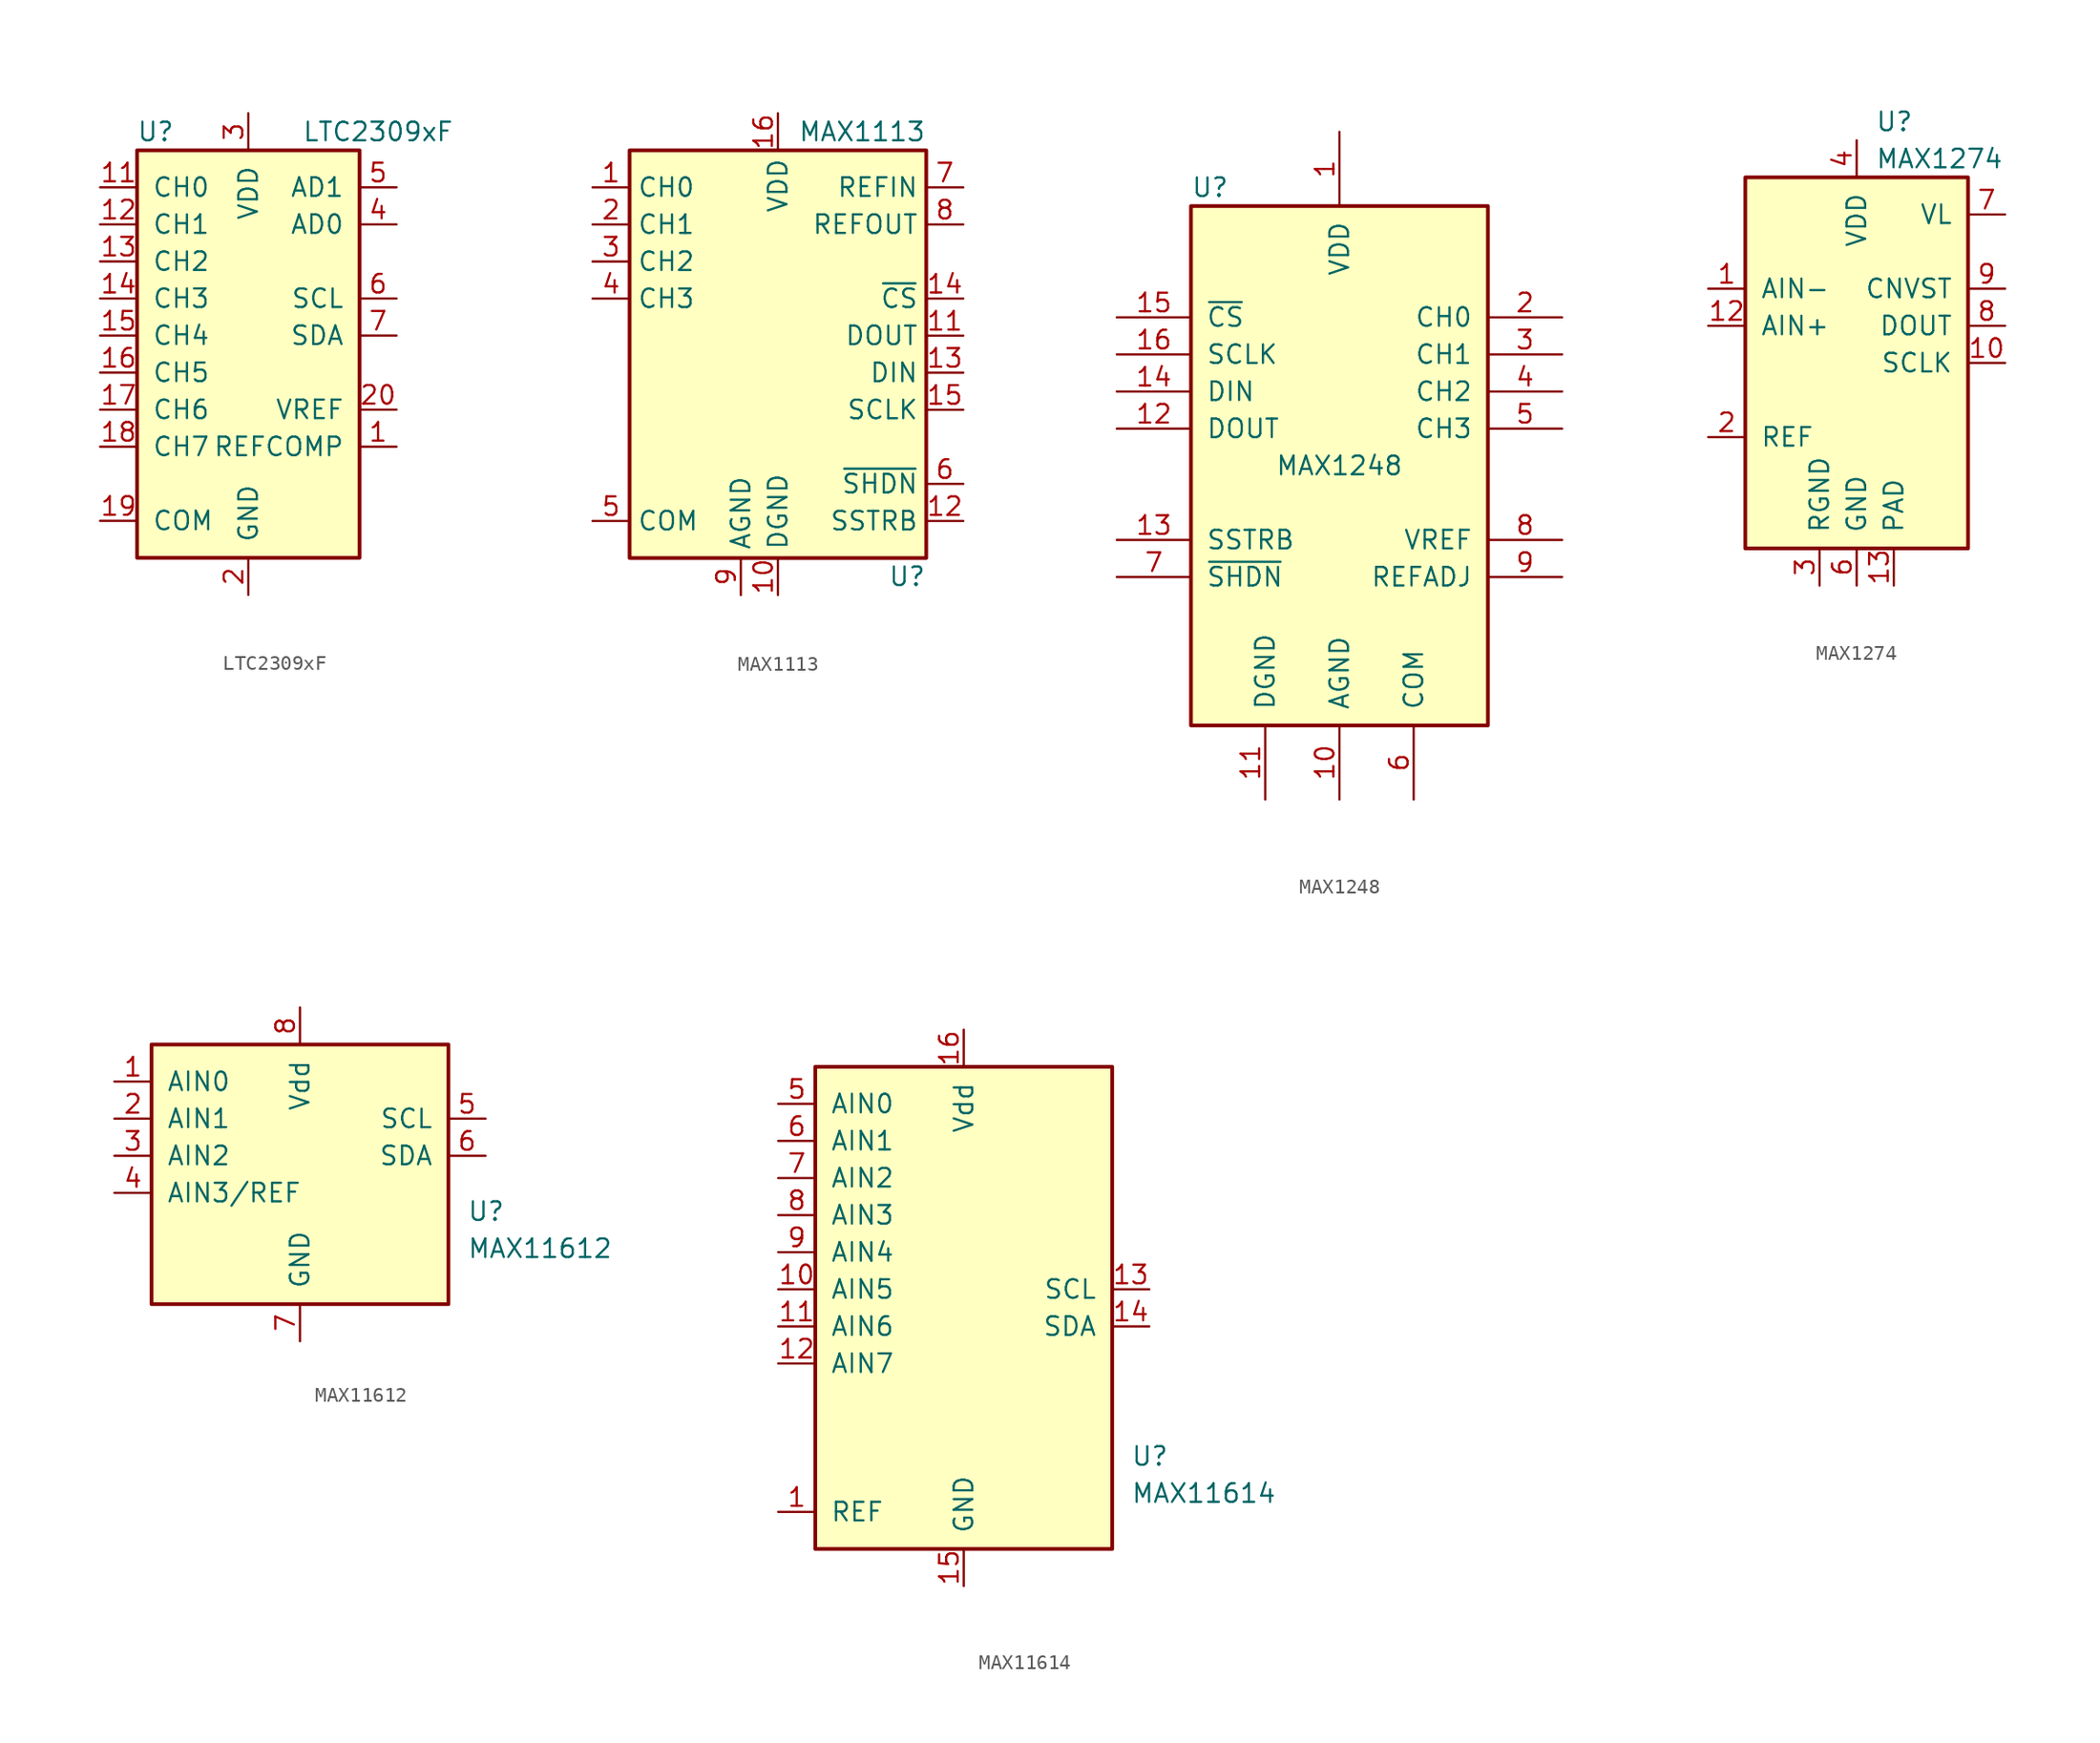
<source format=kicad_sym>
(kicad_symbol_lib
  (version 20241209)
  (generator "kicad_symbol_editor")
  (generator_version "9.0")
  (symbol "LTC2309xF"
    (pin_names
      (offset 1.016))
    (property "Reference" "U"
      (at -6.35 13.97 0)
      (effects (font (size 1.27 1.27))))
    (property "Value" "LTC2309xF"
      (at 8.89 13.97 0)
      (effects (font (size 1.27 1.27))))
    (symbol "LTC2309xF_0_1"
      (rectangle (start -7.62 12.7) (end 7.62 -15.24) (stroke (width 0.254) (type default)) (fill (type background)))
      (pin input line (at -10.16 -2.54 0) (length 2.54) (name "CH5" (effects (font (size 1.27 1.27)))) (number "16" (effects (font (size 1.27 1.27))))))
    (symbol "LTC2309xF_1_1"
      (pin input line (at -10.16 10.16 0) (length 2.54) (name "CH0" (effects (font (size 1.27 1.27)))) (number "11" (effects (font (size 1.27 1.27)))))
      (pin input line (at -10.16 7.62 0) (length 2.54) (name "CH1" (effects (font (size 1.27 1.27)))) (number "12" (effects (font (size 1.27 1.27)))))
      (pin input line (at -10.16 5.08 0) (length 2.54) (name "CH2" (effects (font (size 1.27 1.27)))) (number "13" (effects (font (size 1.27 1.27)))))
      (pin input line (at -10.16 2.54 0) (length 2.54) (name "CH3" (effects (font (size 1.27 1.27)))) (number "14" (effects (font (size 1.27 1.27)))))
      (pin input line (at -10.16 0 0) (length 2.54) (name "CH4" (effects (font (size 1.27 1.27)))) (number "15" (effects (font (size 1.27 1.27)))))
      (pin input line (at -10.16 -5.08 0) (length 2.54) (name "CH6" (effects (font (size 1.27 1.27)))) (number "17" (effects (font (size 1.27 1.27)))))
      (pin input line (at -10.16 -7.62 0) (length 2.54) (name "CH7" (effects (font (size 1.27 1.27)))) (number "18" (effects (font (size 1.27 1.27)))))
      (pin input line (at -10.16 -12.7 0) (length 2.54) (name "COM" (effects (font (size 1.27 1.27)))) (number "19" (effects (font (size 1.27 1.27)))))
      (pin passive line (at 0 15.24 270) (length 2.54) (hide yes) (name "VDD" (effects (font (size 1.27 1.27)))) (number "10" (effects (font (size 1.27 1.27)))))
      (pin power_in line (at 0 15.24 270) (length 2.54) (name "VDD" (effects (font (size 1.27 1.27)))) (number "3" (effects (font (size 1.27 1.27)))))
      (pin power_in line (at 0 -17.78 90) (length 2.54) (name "GND" (effects (font (size 1.27 1.27)))) (number "2" (effects (font (size 1.27 1.27)))))
      (pin passive line (at 0 -17.78 90) (length 2.54) (hide yes) (name "GND" (effects (font (size 1.27 1.27)))) (number "8" (effects (font (size 1.27 1.27)))))
      (pin passive line (at 0 -17.78 90) (length 2.54) (hide yes) (name "GND" (effects (font (size 1.27 1.27)))) (number "9" (effects (font (size 1.27 1.27)))))
      (pin input line (at 10.16 10.16 180) (length 2.54) (name "AD1" (effects (font (size 1.27 1.27)))) (number "5" (effects (font (size 1.27 1.27)))))
      (pin input line (at 10.16 7.62 180) (length 2.54) (name "AD0" (effects (font (size 1.27 1.27)))) (number "4" (effects (font (size 1.27 1.27)))))
      (pin input line (at 10.16 2.54 180) (length 2.54) (name "SCL" (effects (font (size 1.27 1.27)))) (number "6" (effects (font (size 1.27 1.27)))))
      (pin bidirectional line (at 10.16 0 180) (length 2.54) (name "SDA" (effects (font (size 1.27 1.27)))) (number "7" (effects (font (size 1.27 1.27)))))
      (pin input line (at 10.16 -5.08 180) (length 2.54) (name "VREF" (effects (font (size 1.27 1.27)))) (number "20" (effects (font (size 1.27 1.27)))))
      (pin input line (at 10.16 -7.62 180) (length 2.54) (name "REFCOMP" (effects (font (size 1.27 1.27)))) (number "1" (effects (font (size 1.27 1.27)))))))
  (symbol "MAX1113"
    (property "Reference" "U"
      (at 10.16 -13.97 0)
      (effects (font (size 1.27 1.27)) (justify right)))
    (property "Value" "MAX1113"
      (at 10.16 16.51 0)
      (effects (font (size 1.27 1.27)) (justify right)))
    (symbol "MAX1113_0_1"
      (rectangle (start 10.16 15.24) (end -10.16 -12.7) (stroke (width 0.254) (type default)) (fill (type background))))
    (symbol "MAX1113_1_1"
      (pin input line (at -12.7 12.7 0) (length 2.54) (name "CH0" (effects (font (size 1.27 1.27)))) (number "1" (effects (font (size 1.27 1.27)))))
      (pin input line (at -12.7 10.16 0) (length 2.54) (name "CH1" (effects (font (size 1.27 1.27)))) (number "2" (effects (font (size 1.27 1.27)))))
      (pin input line (at -12.7 7.62 0) (length 2.54) (name "CH2" (effects (font (size 1.27 1.27)))) (number "3" (effects (font (size 1.27 1.27)))))
      (pin input line (at -12.7 5.08 0) (length 2.54) (name "CH3" (effects (font (size 1.27 1.27)))) (number "4" (effects (font (size 1.27 1.27)))))
      (pin power_in line (at -12.7 -10.16 0) (length 2.54) (name "COM" (effects (font (size 1.27 1.27)))) (number "5" (effects (font (size 1.27 1.27)))))
      (pin power_in line (at -2.54 -15.24 90) (length 2.54) (name "AGND" (effects (font (size 1.27 1.27)))) (number "9" (effects (font (size 1.27 1.27)))))
      (pin power_in line (at 0 17.78 270) (length 2.54) (name "VDD" (effects (font (size 1.27 1.27)))) (number "16" (effects (font (size 1.27 1.27)))))
      (pin power_in line (at 0 -15.24 90) (length 2.54) (name "DGND" (effects (font (size 1.27 1.27)))) (number "10" (effects (font (size 1.27 1.27)))))
      (pin power_in line (at 12.7 12.7 180) (length 2.54) (name "REFIN" (effects (font (size 1.27 1.27)))) (number "7" (effects (font (size 1.27 1.27)))))
      (pin power_out line (at 12.7 10.16 180) (length 2.54) (name "REFOUT" (effects (font (size 1.27 1.27)))) (number "8" (effects (font (size 1.27 1.27)))))
      (pin input line (at 12.7 5.08 180) (length 2.54) (name "~{CS}" (effects (font (size 1.27 1.27)))) (number "14" (effects (font (size 1.27 1.27)))))
      (pin output line (at 12.7 2.54 180) (length 2.54) (name "DOUT" (effects (font (size 1.27 1.27)))) (number "11" (effects (font (size 1.27 1.27)))))
      (pin input line (at 12.7 0 180) (length 2.54) (name "DIN" (effects (font (size 1.27 1.27)))) (number "13" (effects (font (size 1.27 1.27)))))
      (pin input line (at 12.7 -2.54 180) (length 2.54) (name "SCLK" (effects (font (size 1.27 1.27)))) (number "15" (effects (font (size 1.27 1.27)))))
      (pin input line (at 12.7 -7.62 180) (length 2.54) (name "~{SHDN}" (effects (font (size 1.27 1.27)))) (number "6" (effects (font (size 1.27 1.27)))))
      (pin output line (at 12.7 -10.16 180) (length 2.54) (name "SSTRB" (effects (font (size 1.27 1.27)))) (number "12" (effects (font (size 1.27 1.27)))))))
  (symbol "MAX1248"
    (pin_names
      (offset 1.016))
    (property "Reference" "U"
      (at -10.16 19.05 0)
      (effects (font (size 1.27 1.27)) (justify left)))
    (property "Value" "MAX1248"
      (at 0 0 0)
      (effects (font (size 1.27 1.27))))
    (symbol "MAX1248_0_1"
      (rectangle (start -10.16 17.78) (end 10.16 -17.78) (stroke (width 0.254) (type default)) (fill (type background))))
    (symbol "MAX1248_1_1"
      (pin input line (at -15.24 10.16 0) (length 5.08) (name "~{CS}" (effects (font (size 1.27 1.27)))) (number "15" (effects (font (size 1.27 1.27)))))
      (pin input line (at -15.24 7.62 0) (length 5.08) (name "SCLK" (effects (font (size 1.27 1.27)))) (number "16" (effects (font (size 1.27 1.27)))))
      (pin input line (at -15.24 5.08 0) (length 5.08) (name "DIN" (effects (font (size 1.27 1.27)))) (number "14" (effects (font (size 1.27 1.27)))))
      (pin output line (at -15.24 2.54 0) (length 5.08) (name "DOUT" (effects (font (size 1.27 1.27)))) (number "12" (effects (font (size 1.27 1.27)))))
      (pin output line (at -15.24 -5.08 0) (length 5.08) (name "SSTRB" (effects (font (size 1.27 1.27)))) (number "13" (effects (font (size 1.27 1.27)))))
      (pin tri_state line (at -15.24 -7.62 0) (length 5.08) (name "~{SHDN}" (effects (font (size 1.27 1.27)))) (number "7" (effects (font (size 1.27 1.27)))))
      (pin power_in line (at -5.08 -22.86 90) (length 5.08) (name "DGND" (effects (font (size 1.27 1.27)))) (number "11" (effects (font (size 1.27 1.27)))))
      (pin power_in line (at 0 22.86 270) (length 5.08) (name "VDD" (effects (font (size 1.27 1.27)))) (number "1" (effects (font (size 1.27 1.27)))))
      (pin power_in line (at 0 -22.86 90) (length 5.08) (name "AGND" (effects (font (size 1.27 1.27)))) (number "10" (effects (font (size 1.27 1.27)))))
      (pin power_in line (at 5.08 -22.86 90) (length 5.08) (name "COM" (effects (font (size 1.27 1.27)))) (number "6" (effects (font (size 1.27 1.27)))))
      (pin input line (at 15.24 10.16 180) (length 5.08) (name "CH0" (effects (font (size 1.27 1.27)))) (number "2" (effects (font (size 1.27 1.27)))))
      (pin input line (at 15.24 7.62 180) (length 5.08) (name "CH1" (effects (font (size 1.27 1.27)))) (number "3" (effects (font (size 1.27 1.27)))))
      (pin input line (at 15.24 5.08 180) (length 5.08) (name "CH2" (effects (font (size 1.27 1.27)))) (number "4" (effects (font (size 1.27 1.27)))))
      (pin input line (at 15.24 2.54 180) (length 5.08) (name "CH3" (effects (font (size 1.27 1.27)))) (number "5" (effects (font (size 1.27 1.27)))))
      (pin power_in line (at 15.24 -5.08 180) (length 5.08) (name "VREF" (effects (font (size 1.27 1.27)))) (number "8" (effects (font (size 1.27 1.27)))))
      (pin input line (at 15.24 -7.62 180) (length 5.08) (name "REFADJ" (effects (font (size 1.27 1.27)))) (number "9" (effects (font (size 1.27 1.27)))))))
  (symbol "MAX1274"
    (pin_names
      (offset 1.016))
    (property "Reference" "U"
      (at 1.27 16.51 0)
      (effects (font (size 1.27 1.27)) (justify left)))
    (property "Value" "MAX1274"
      (at 1.27 13.97 0)
      (effects (font (size 1.27 1.27)) (justify left)))
    (symbol "MAX1274_1_1"
      (rectangle (start -7.62 12.7) (end 7.62 -12.7) (stroke (width 0.254) (type default)) (fill (type background)))
      (pin input line (at -10.16 5.08 0) (length 2.54) (name "AIN-" (effects (font (size 1.27 1.27)))) (number "1" (effects (font (size 1.27 1.27)))))
      (pin input line (at -10.16 2.54 0) (length 2.54) (name "AIN+" (effects (font (size 1.27 1.27)))) (number "12" (effects (font (size 1.27 1.27)))))
      (pin input line (at -10.16 -5.08 0) (length 2.54) (name "REF" (effects (font (size 1.27 1.27)))) (number "2" (effects (font (size 1.27 1.27)))))
      (pin power_in line (at -2.54 -15.24 90) (length 2.54) (name "RGND" (effects (font (size 1.27 1.27)))) (number "3" (effects (font (size 1.27 1.27)))))
      (pin power_in line (at 0 15.24 270) (length 2.54) (name "VDD" (effects (font (size 1.27 1.27)))) (number "4" (effects (font (size 1.27 1.27)))))
      (pin power_in line (at 0 -15.24 90) (length 2.54) (name "GND" (effects (font (size 1.27 1.27)))) (number "6" (effects (font (size 1.27 1.27)))))
      (pin power_in line (at 2.54 -15.24 90) (length 2.54) (name "PAD" (effects (font (size 1.27 1.27)))) (number "13" (effects (font (size 1.27 1.27)))))
      (pin no_connect line (at 7.62 -5.08 180) (length 2.54) (hide yes) (name "NC" (effects (font (size 1.27 1.27)))) (number "11" (effects (font (size 1.27 1.27)))))
      (pin no_connect line (at 7.62 -7.62 180) (length 2.54) (hide yes) (name "NC" (effects (font (size 1.27 1.27)))) (number "5" (effects (font (size 1.27 1.27)))))
      (pin power_in line (at 10.16 10.16 180) (length 2.54) (name "VL" (effects (font (size 1.27 1.27)))) (number "7" (effects (font (size 1.27 1.27)))))
      (pin input line (at 10.16 5.08 180) (length 2.54) (name "CNVST" (effects (font (size 1.27 1.27)))) (number "9" (effects (font (size 1.27 1.27)))))
      (pin output line (at 10.16 2.54 180) (length 2.54) (name "DOUT" (effects (font (size 1.27 1.27)))) (number "8" (effects (font (size 1.27 1.27)))))
      (pin input line (at 10.16 0 180) (length 2.54) (name "SCLK" (effects (font (size 1.27 1.27)))) (number "10" (effects (font (size 1.27 1.27)))))))
  (symbol "MAX11612"
    (pin_names
      (offset 1.016))
    (property "Reference" "U"
      (at 11.43 -3.81 0)
      (effects (font (size 1.27 1.27)) (justify left)))
    (property "Value" "MAX11612"
      (at 11.43 -6.35 0)
      (effects (font (size 1.27 1.27)) (justify left)))
    (symbol "MAX11612_0_1"
      (rectangle (start -10.16 7.62) (end 10.16 -10.16) (stroke (width 0.254) (type default)) (fill (type background))))
    (symbol "MAX11612_1_1"
      (pin input line (at -12.7 5.08 0) (length 2.54) (name "AIN0" (effects (font (size 1.27 1.27)))) (number "1" (effects (font (size 1.27 1.27)))))
      (pin input line (at -12.7 2.54 0) (length 2.54) (name "AIN1" (effects (font (size 1.27 1.27)))) (number "2" (effects (font (size 1.27 1.27)))))
      (pin input line (at -12.7 0 0) (length 2.54) (name "AIN2" (effects (font (size 1.27 1.27)))) (number "3" (effects (font (size 1.27 1.27)))))
      (pin input line (at -12.7 -2.54 0) (length 2.54) (name "AIN3/REF" (effects (font (size 1.27 1.27)))) (number "4" (effects (font (size 1.27 1.27)))))
      (pin power_in line (at 0 10.16 270) (length 2.54) (name "Vdd" (effects (font (size 1.27 1.27)))) (number "8" (effects (font (size 1.27 1.27)))))
      (pin power_in line (at 0 -12.7 90) (length 2.54) (name "GND" (effects (font (size 1.27 1.27)))) (number "7" (effects (font (size 1.27 1.27)))))
      (pin input line (at 12.7 2.54 180) (length 2.54) (name "SCL" (effects (font (size 1.27 1.27)))) (number "5" (effects (font (size 1.27 1.27)))))
      (pin bidirectional line (at 12.7 0 180) (length 2.54) (name "SDA" (effects (font (size 1.27 1.27)))) (number "6" (effects (font (size 1.27 1.27)))))))
  (symbol "MAX11614"
    (pin_names
      (offset 1.016))
    (property "Reference" "U"
      (at 11.43 -11.43 0)
      (effects (font (size 1.27 1.27)) (justify left)))
    (property "Value" "MAX11614"
      (at 11.43 -13.97 0)
      (effects (font (size 1.27 1.27)) (justify left)))
    (symbol "MAX11614_0_1"
      (rectangle (start -10.16 15.24) (end 10.16 -17.78) (stroke (width 0.254) (type default)) (fill (type background))))
    (symbol "MAX11614_1_1"
      (pin input line (at -12.7 12.7 0) (length 2.54) (name "AIN0" (effects (font (size 1.27 1.27)))) (number "5" (effects (font (size 1.27 1.27)))))
      (pin input line (at -12.7 10.16 0) (length 2.54) (name "AIN1" (effects (font (size 1.27 1.27)))) (number "6" (effects (font (size 1.27 1.27)))))
      (pin input line (at -12.7 7.62 0) (length 2.54) (name "AIN2" (effects (font (size 1.27 1.27)))) (number "7" (effects (font (size 1.27 1.27)))))
      (pin input line (at -12.7 5.08 0) (length 2.54) (name "AIN3" (effects (font (size 1.27 1.27)))) (number "8" (effects (font (size 1.27 1.27)))))
      (pin input line (at -12.7 2.54 0) (length 2.54) (name "AIN4" (effects (font (size 1.27 1.27)))) (number "9" (effects (font (size 1.27 1.27)))))
      (pin input line (at -12.7 0 0) (length 2.54) (name "AIN5" (effects (font (size 1.27 1.27)))) (number "10" (effects (font (size 1.27 1.27)))))
      (pin input line (at -12.7 -2.54 0) (length 2.54) (name "AIN6" (effects (font (size 1.27 1.27)))) (number "11" (effects (font (size 1.27 1.27)))))
      (pin input line (at -12.7 -5.08 0) (length 2.54) (name "AIN7" (effects (font (size 1.27 1.27)))) (number "12" (effects (font (size 1.27 1.27)))))
      (pin input line (at -12.7 -15.24 0) (length 2.54) (name "REF" (effects (font (size 1.27 1.27)))) (number "1" (effects (font (size 1.27 1.27)))))
      (pin no_connect line (at -10.16 -7.62 0) (length 2.54) (hide yes) (name "NC" (effects (font (size 1.27 1.27)))) (number "4" (effects (font (size 1.27 1.27)))))
      (pin no_connect line (at -10.16 -10.16 0) (length 2.54) (hide yes) (name "NC" (effects (font (size 1.27 1.27)))) (number "3" (effects (font (size 1.27 1.27)))))
      (pin no_connect line (at -10.16 -12.7 0) (length 2.54) (hide yes) (name "NC" (effects (font (size 1.27 1.27)))) (number "2" (effects (font (size 1.27 1.27)))))
      (pin power_in line (at 0 17.78 270) (length 2.54) (name "Vdd" (effects (font (size 1.27 1.27)))) (number "16" (effects (font (size 1.27 1.27)))))
      (pin power_in line (at 0 -20.32 90) (length 2.54) (name "GND" (effects (font (size 1.27 1.27)))) (number "15" (effects (font (size 1.27 1.27)))))
      (pin input line (at 12.7 0 180) (length 2.54) (name "SCL" (effects (font (size 1.27 1.27)))) (number "13" (effects (font (size 1.27 1.27)))))
      (pin bidirectional line (at 12.7 -2.54 180) (length 2.54) (name "SDA" (effects (font (size 1.27 1.27)))) (number "14" (effects (font (size 1.27 1.27))))))))
</source>
